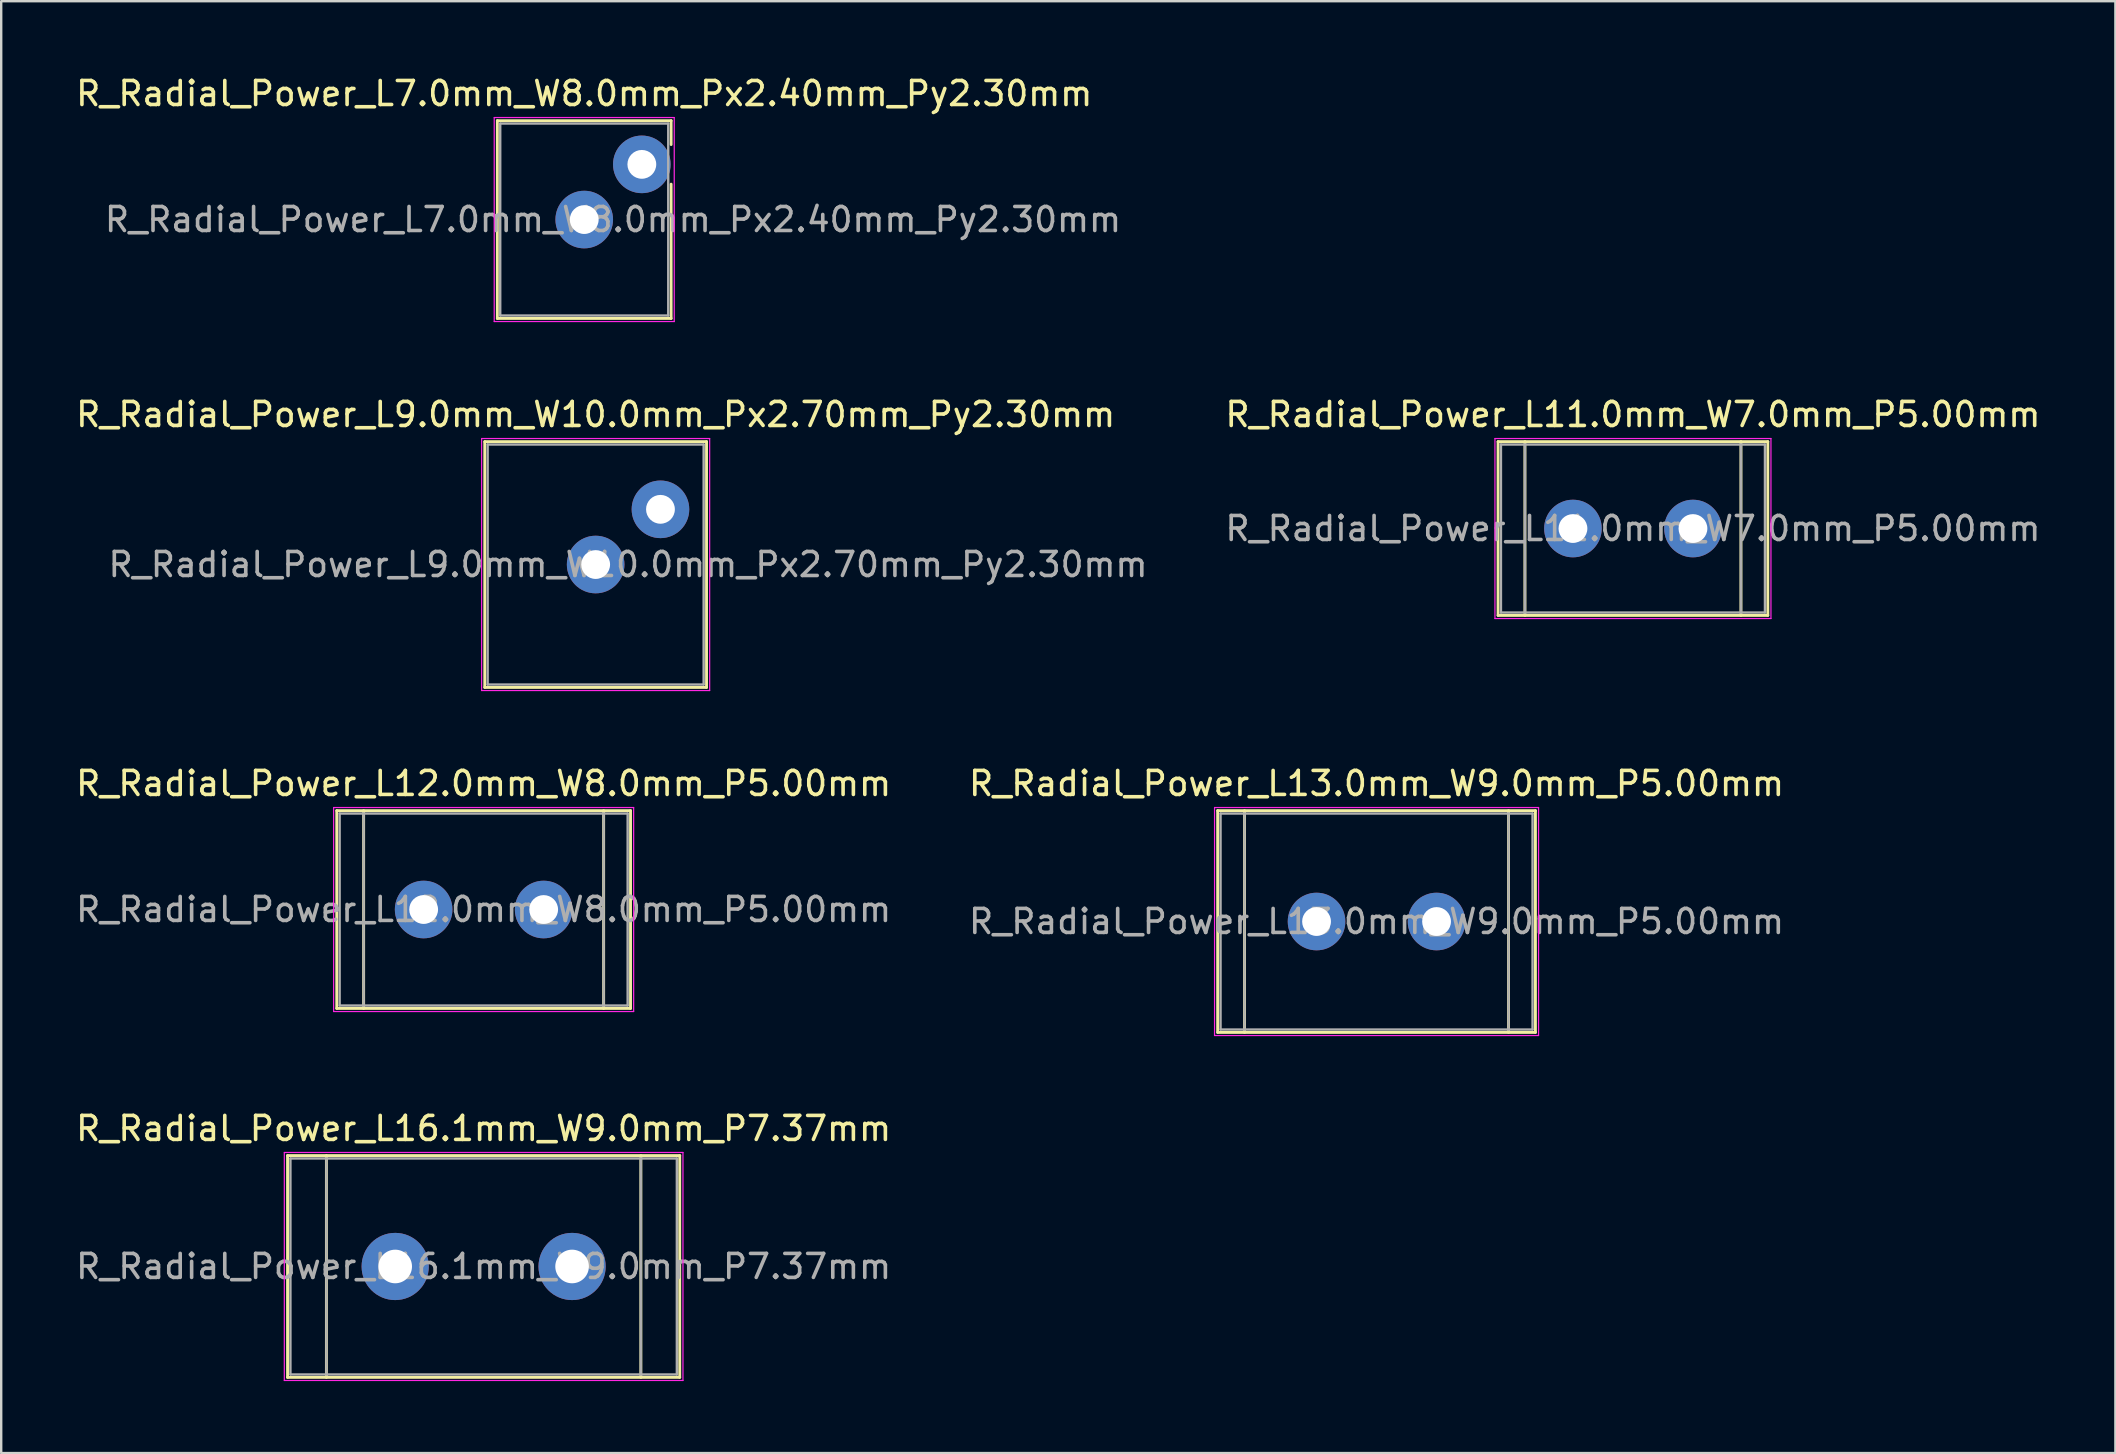
<source format=kicad_pcb>
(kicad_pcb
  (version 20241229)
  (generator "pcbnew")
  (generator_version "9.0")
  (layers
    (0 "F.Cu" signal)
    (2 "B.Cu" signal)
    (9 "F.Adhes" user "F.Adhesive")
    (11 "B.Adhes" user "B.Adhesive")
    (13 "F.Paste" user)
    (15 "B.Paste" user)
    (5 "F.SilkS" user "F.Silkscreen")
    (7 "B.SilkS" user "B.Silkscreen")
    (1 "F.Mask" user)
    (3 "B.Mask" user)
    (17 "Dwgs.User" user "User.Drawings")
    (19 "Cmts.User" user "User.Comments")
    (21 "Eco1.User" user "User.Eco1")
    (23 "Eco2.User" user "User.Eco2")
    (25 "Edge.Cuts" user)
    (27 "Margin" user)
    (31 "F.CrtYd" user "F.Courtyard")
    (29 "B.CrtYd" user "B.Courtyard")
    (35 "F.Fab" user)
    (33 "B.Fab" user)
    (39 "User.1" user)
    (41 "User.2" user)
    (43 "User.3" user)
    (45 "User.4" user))
  (footprint "R_Radial_Power_L13.0mm_W9.0mm_P5.00mm"
    (layer "F.Cu")
    (at 51.804 35.345)
    (property "Reference" "R_Radial_Power_L13.0mm_W9.0mm_P5.00mm" (at 2.5 -5.75 0) (layer "F.SilkS") (effects (font (size 1 1) (thickness 0.15))))
    (attr through_hole)
    (fp_line (start -4.12 -4.62) (end -4.12 4.62) (stroke (width 0.12) (type solid)) (layer "F.SilkS"))
    (fp_line (start -4.12 -4.62) (end 9.12 -4.62) (stroke (width 0.12) (type solid)) (layer "F.SilkS"))
    (fp_line (start -4.12 4.62) (end 9.12 4.62) (stroke (width 0.12) (type solid)) (layer "F.SilkS"))
    (fp_line (start -3 -4.62) (end -3 4.62) (stroke (width 0.12) (type solid)) (layer "F.SilkS"))
    (fp_line (start 8 -4.62) (end 8 4.62) (stroke (width 0.12) (type solid)) (layer "F.SilkS"))
    (fp_line (start 9.12 -4.62) (end 9.12 4.62) (stroke (width 0.12) (type solid)) (layer "F.SilkS"))
    (fp_line (start -4.25 -4.75) (end -4.25 4.75) (stroke (width 0.05) (type solid)) (layer "F.CrtYd"))
    (fp_line (start -4.25 4.75) (end 9.25 4.75) (stroke (width 0.05) (type solid)) (layer "F.CrtYd"))
    (fp_line (start 9.25 -4.75) (end -4.25 -4.75) (stroke (width 0.05) (type solid)) (layer "F.CrtYd"))
    (fp_line (start 9.25 4.75) (end 9.25 -4.75) (stroke (width 0.05) (type solid)) (layer "F.CrtYd"))
    (fp_line (start -4 -4.5) (end -4 4.5) (stroke (width 0.1) (type solid)) (layer "F.Fab"))
    (fp_line (start -4 4.5) (end 9 4.5) (stroke (width 0.1) (type solid)) (layer "F.Fab"))
    (fp_line (start -3 -4.5) (end -3 4.5) (stroke (width 0.1) (type solid)) (layer "F.Fab"))
    (fp_line (start 8 -4.5) (end 8 4.5) (stroke (width 0.1) (type solid)) (layer "F.Fab"))
    (fp_line (start 9 -4.5) (end -4 -4.5) (stroke (width 0.1) (type solid)) (layer "F.Fab"))
    (fp_line (start 9 4.5) (end 9 -4.5) (stroke (width 0.1) (type solid)) (layer "F.Fab"))
    (fp_text user "${REFERENCE}" (at 2.5 0 0) (layer "F.Fab") (effects (font (size 1 1) (thickness 0.15))))
    (pad "1" thru_hole circle (at 0 0) (size 2.4 2.4) (drill 1.2) (layers "*.Cu" "*.Mask"))
    (pad "2" thru_hole circle (at 5 0) (size 2.4 2.4) (drill 1.2) (layers "*.Cu" "*.Mask")))
  (footprint "R_Radial_Power_L7.0mm_W8.0mm_Px2.40mm_Py2.30mm"
    (layer "F.Cu")
    (at 21.292 6.098)
    (property "Reference" "R_Radial_Power_L7.0mm_W8.0mm_Px2.40mm_Py2.30mm" (at 0 -5.25 0) (layer "F.SilkS") (effects (font (size 1 1) (thickness 0.15))))
    (attr through_hole)
    (fp_line (start -3.62 -4.12) (end -3.62 4.12) (stroke (width 0.12) (type solid)) (layer "F.SilkS"))
    (fp_line (start -3.62 -4.12) (end 3.62 -4.12) (stroke (width 0.12) (type solid)) (layer "F.SilkS"))
    (fp_line (start -3.62 4.12) (end 3.62 4.12) (stroke (width 0.12) (type solid)) (layer "F.SilkS"))
    (fp_line (start 3.62 -4.12) (end 3.62 -3.125) (stroke (width 0.12) (type solid)) (layer "F.SilkS"))
    (fp_line (start 3.62 -1.475) (end 3.62 4.12) (stroke (width 0.12) (type solid)) (layer "F.SilkS"))
    (fp_line (start -3.75 -4.25) (end -3.75 4.25) (stroke (width 0.05) (type solid)) (layer "F.CrtYd"))
    (fp_line (start -3.75 4.25) (end 3.75 4.25) (stroke (width 0.05) (type solid)) (layer "F.CrtYd"))
    (fp_line (start 3.75 -4.25) (end -3.75 -4.25) (stroke (width 0.05) (type solid)) (layer "F.CrtYd"))
    (fp_line (start 3.75 4.25) (end 3.75 -4.25) (stroke (width 0.05) (type solid)) (layer "F.CrtYd"))
    (fp_line (start -3.5 -4) (end -3.5 4) (stroke (width 0.1) (type solid)) (layer "F.Fab"))
    (fp_line (start -3.5 4) (end 3.5 4) (stroke (width 0.1) (type solid)) (layer "F.Fab"))
    (fp_line (start 3.5 -4) (end -3.5 -4) (stroke (width 0.1) (type solid)) (layer "F.Fab"))
    (fp_line (start 3.5 4) (end 3.5 -4) (stroke (width 0.1) (type solid)) (layer "F.Fab"))
    (fp_text user "${REFERENCE}" (at 1.2 0 0) (layer "F.Fab") (effects (font (size 1 1) (thickness 0.15))))
    (pad "1" thru_hole circle (at 0 0) (size 2.4 2.4) (drill 1.2) (layers "*.Cu" "*.Mask"))
    (pad "2" thru_hole circle (at 2.4 -2.3) (size 2.4 2.4) (drill 1.2) (layers "*.Cu" "*.Mask")))
  (footprint "R_Radial_Power_L16.1mm_W9.0mm_P7.37mm"
    (layer "F.Cu")
    (at 13.416 49.718)
    (property "Reference" "R_Radial_Power_L16.1mm_W9.0mm_P7.37mm" (at 3.685 -5.75 0) (layer "F.SilkS") (effects (font (size 1 1) (thickness 0.15))))
    (attr through_hole)
    (fp_line (start -4.485 -4.62) (end -4.485 4.62) (stroke (width 0.12) (type solid)) (layer "F.SilkS"))
    (fp_line (start -4.485 -4.62) (end 11.855 -4.62) (stroke (width 0.12) (type solid)) (layer "F.SilkS"))
    (fp_line (start -4.485 4.62) (end 11.855 4.62) (stroke (width 0.12) (type solid)) (layer "F.SilkS"))
    (fp_line (start -2.866 -4.62) (end -2.866 4.62) (stroke (width 0.12) (type solid)) (layer "F.SilkS"))
    (fp_line (start 10.236 -4.62) (end 10.236 4.62) (stroke (width 0.12) (type solid)) (layer "F.SilkS"))
    (fp_line (start 11.855 -4.62) (end 11.855 4.62) (stroke (width 0.12) (type solid)) (layer "F.SilkS"))
    (fp_line (start -4.62 -4.75) (end -4.62 4.75) (stroke (width 0.05) (type solid)) (layer "F.CrtYd"))
    (fp_line (start -4.62 4.75) (end 11.99 4.75) (stroke (width 0.05) (type solid)) (layer "F.CrtYd"))
    (fp_line (start 11.99 -4.75) (end -4.62 -4.75) (stroke (width 0.05) (type solid)) (layer "F.CrtYd"))
    (fp_line (start 11.99 4.75) (end 11.99 -4.75) (stroke (width 0.05) (type solid)) (layer "F.CrtYd"))
    (fp_line (start -4.365 -4.5) (end -4.365 4.5) (stroke (width 0.1) (type solid)) (layer "F.Fab"))
    (fp_line (start -4.365 4.5) (end 11.735 4.5) (stroke (width 0.1) (type solid)) (layer "F.Fab"))
    (fp_line (start -2.865 -4.5) (end -2.865 4.5) (stroke (width 0.1) (type solid)) (layer "F.Fab"))
    (fp_line (start 10.235 -4.5) (end 10.235 4.5) (stroke (width 0.1) (type solid)) (layer "F.Fab"))
    (fp_line (start 11.735 -4.5) (end -4.365 -4.5) (stroke (width 0.1) (type solid)) (layer "F.Fab"))
    (fp_line (start 11.735 4.5) (end 11.735 -4.5) (stroke (width 0.1) (type solid)) (layer "F.Fab"))
    (fp_text user "${REFERENCE}" (at 3.685 0 0) (layer "F.Fab") (effects (font (size 1 1) (thickness 0.15))))
    (pad "1" thru_hole circle (at 0 0) (size 2.8 2.8) (drill 1.4) (layers "*.Cu" "*.Mask"))
    (pad "2" thru_hole circle (at 7.37 0) (size 2.8 2.8) (drill 1.4) (layers "*.Cu" "*.Mask")))
  (footprint "R_Radial_Power_L12.0mm_W8.0mm_P5.00mm"
    (layer "F.Cu")
    (at 14.601 34.845)
    (property "Reference" "R_Radial_Power_L12.0mm_W8.0mm_P5.00mm" (at 2.5 -5.25 0) (layer "F.SilkS") (effects (font (size 1 1) (thickness 0.15))))
    (attr through_hole)
    (fp_line (start -3.62 -4.12) (end -3.62 4.12) (stroke (width 0.12) (type solid)) (layer "F.SilkS"))
    (fp_line (start -3.62 -4.12) (end 8.62 -4.12) (stroke (width 0.12) (type solid)) (layer "F.SilkS"))
    (fp_line (start -3.62 4.12) (end 8.62 4.12) (stroke (width 0.12) (type solid)) (layer "F.SilkS"))
    (fp_line (start -2.5 -4.12) (end -2.5 4.12) (stroke (width 0.12) (type solid)) (layer "F.SilkS"))
    (fp_line (start 7.5 -4.12) (end 7.5 4.12) (stroke (width 0.12) (type solid)) (layer "F.SilkS"))
    (fp_line (start 8.62 -4.12) (end 8.62 4.12) (stroke (width 0.12) (type solid)) (layer "F.SilkS"))
    (fp_line (start -3.75 -4.25) (end -3.75 4.25) (stroke (width 0.05) (type solid)) (layer "F.CrtYd"))
    (fp_line (start -3.75 4.25) (end 8.75 4.25) (stroke (width 0.05) (type solid)) (layer "F.CrtYd"))
    (fp_line (start 8.75 -4.25) (end -3.75 -4.25) (stroke (width 0.05) (type solid)) (layer "F.CrtYd"))
    (fp_line (start 8.75 4.25) (end 8.75 -4.25) (stroke (width 0.05) (type solid)) (layer "F.CrtYd"))
    (fp_line (start -3.5 -4) (end -3.5 4) (stroke (width 0.1) (type solid)) (layer "F.Fab"))
    (fp_line (start -3.5 4) (end 8.5 4) (stroke (width 0.1) (type solid)) (layer "F.Fab"))
    (fp_line (start -2.5 -4) (end -2.5 4) (stroke (width 0.1) (type solid)) (layer "F.Fab"))
    (fp_line (start 7.5 -4) (end 7.5 4) (stroke (width 0.1) (type solid)) (layer "F.Fab"))
    (fp_line (start 8.5 -4) (end -3.5 -4) (stroke (width 0.1) (type solid)) (layer "F.Fab"))
    (fp_line (start 8.5 4) (end 8.5 -4) (stroke (width 0.1) (type solid)) (layer "F.Fab"))
    (fp_text user "${REFERENCE}" (at 2.5 0 0) (layer "F.Fab") (effects (font (size 1 1) (thickness 0.15))))
    (pad "1" thru_hole circle (at 0 0) (size 2.4 2.4) (drill 1.2) (layers "*.Cu" "*.Mask"))
    (pad "2" thru_hole circle (at 5 0) (size 2.4 2.4) (drill 1.2) (layers "*.Cu" "*.Mask")))
  (footprint "R_Radial_Power_L11.0mm_W7.0mm_P5.00mm"
    (layer "F.Cu")
    (at 62.487 18.971)
    (property "Reference" "R_Radial_Power_L11.0mm_W7.0mm_P5.00mm" (at 2.5 -4.75 0) (layer "F.SilkS") (effects (font (size 1 1) (thickness 0.15))))
    (attr through_hole)
    (fp_line (start -3.12 -3.62) (end -3.12 3.62) (stroke (width 0.12) (type solid)) (layer "F.SilkS"))
    (fp_line (start -3.12 -3.62) (end 8.12 -3.62) (stroke (width 0.12) (type solid)) (layer "F.SilkS"))
    (fp_line (start -3.12 3.62) (end 8.12 3.62) (stroke (width 0.12) (type solid)) (layer "F.SilkS"))
    (fp_line (start -2 -3.62) (end -2 3.62) (stroke (width 0.12) (type solid)) (layer "F.SilkS"))
    (fp_line (start 7 -3.62) (end 7 3.62) (stroke (width 0.12) (type solid)) (layer "F.SilkS"))
    (fp_line (start 8.12 -3.62) (end 8.12 3.62) (stroke (width 0.12) (type solid)) (layer "F.SilkS"))
    (fp_line (start -3.25 -3.75) (end -3.25 3.75) (stroke (width 0.05) (type solid)) (layer "F.CrtYd"))
    (fp_line (start -3.25 3.75) (end 8.25 3.75) (stroke (width 0.05) (type solid)) (layer "F.CrtYd"))
    (fp_line (start 8.25 -3.75) (end -3.25 -3.75) (stroke (width 0.05) (type solid)) (layer "F.CrtYd"))
    (fp_line (start 8.25 3.75) (end 8.25 -3.75) (stroke (width 0.05) (type solid)) (layer "F.CrtYd"))
    (fp_line (start -3 -3.5) (end -3 3.5) (stroke (width 0.1) (type solid)) (layer "F.Fab"))
    (fp_line (start -3 3.5) (end 8 3.5) (stroke (width 0.1) (type solid)) (layer "F.Fab"))
    (fp_line (start -2 -3.5) (end -2 3.5) (stroke (width 0.1) (type solid)) (layer "F.Fab"))
    (fp_line (start 7 -3.5) (end 7 3.5) (stroke (width 0.1) (type solid)) (layer "F.Fab"))
    (fp_line (start 8 -3.5) (end -3 -3.5) (stroke (width 0.1) (type solid)) (layer "F.Fab"))
    (fp_line (start 8 3.5) (end 8 -3.5) (stroke (width 0.1) (type solid)) (layer "F.Fab"))
    (fp_text user "${REFERENCE}" (at 2.5 0 0) (layer "F.Fab") (effects (font (size 1 1) (thickness 0.15))))
    (pad "1" thru_hole circle (at 0 0) (size 2.4 2.4) (drill 1.2) (layers "*.Cu" "*.Mask"))
    (pad "2" thru_hole circle (at 5 0) (size 2.4 2.4) (drill 1.2) (layers "*.Cu" "*.Mask")))
  (footprint "R_Radial_Power_L9.0mm_W10.0mm_Px2.70mm_Py2.30mm"
    (layer "F.Cu")
    (at 21.768 20.471)
    (property "Reference" "R_Radial_Power_L9.0mm_W10.0mm_Px2.70mm_Py2.30mm" (at 0 -6.25 0) (layer "F.SilkS") (effects (font (size 1 1) (thickness 0.15))))
    (attr through_hole)
    (fp_line (start -4.62 -5.12) (end -4.62 5.12) (stroke (width 0.12) (type solid)) (layer "F.SilkS"))
    (fp_line (start -4.62 -5.12) (end 4.62 -5.12) (stroke (width 0.12) (type solid)) (layer "F.SilkS"))
    (fp_line (start -4.62 5.12) (end 4.62 5.12) (stroke (width 0.12) (type solid)) (layer "F.SilkS"))
    (fp_line (start 4.62 -5.12) (end 4.62 5.12) (stroke (width 0.12) (type solid)) (layer "F.SilkS"))
    (fp_line (start -4.75 -5.25) (end -4.75 5.25) (stroke (width 0.05) (type solid)) (layer "F.CrtYd"))
    (fp_line (start -4.75 5.25) (end 4.75 5.25) (stroke (width 0.05) (type solid)) (layer "F.CrtYd"))
    (fp_line (start 4.75 -5.25) (end -4.75 -5.25) (stroke (width 0.05) (type solid)) (layer "F.CrtYd"))
    (fp_line (start 4.75 5.25) (end 4.75 -5.25) (stroke (width 0.05) (type solid)) (layer "F.CrtYd"))
    (fp_line (start -4.5 -5) (end -4.5 5) (stroke (width 0.1) (type solid)) (layer "F.Fab"))
    (fp_line (start -4.5 5) (end 4.5 5) (stroke (width 0.1) (type solid)) (layer "F.Fab"))
    (fp_line (start 4.5 -5) (end -4.5 -5) (stroke (width 0.1) (type solid)) (layer "F.Fab"))
    (fp_line (start 4.5 5) (end 4.5 -5) (stroke (width 0.1) (type solid)) (layer "F.Fab"))
    (fp_text user "${REFERENCE}" (at 1.35 0 0) (layer "F.Fab") (effects (font (size 1 1) (thickness 0.15))))
    (pad "1" thru_hole circle (at 0 0) (size 2.4 2.4) (drill 1.2) (layers "*.Cu" "*.Mask"))
    (pad "2" thru_hole circle (at 2.7 -2.3) (size 2.4 2.4) (drill 1.2) (layers "*.Cu" "*.Mask")))
  (gr_rect
    (start -3 -3)
    (end 85.088 57.493)
    (stroke (width 0.1) (type default))
    (fill no)
    (layer "Edge.Cuts")))
</source>
